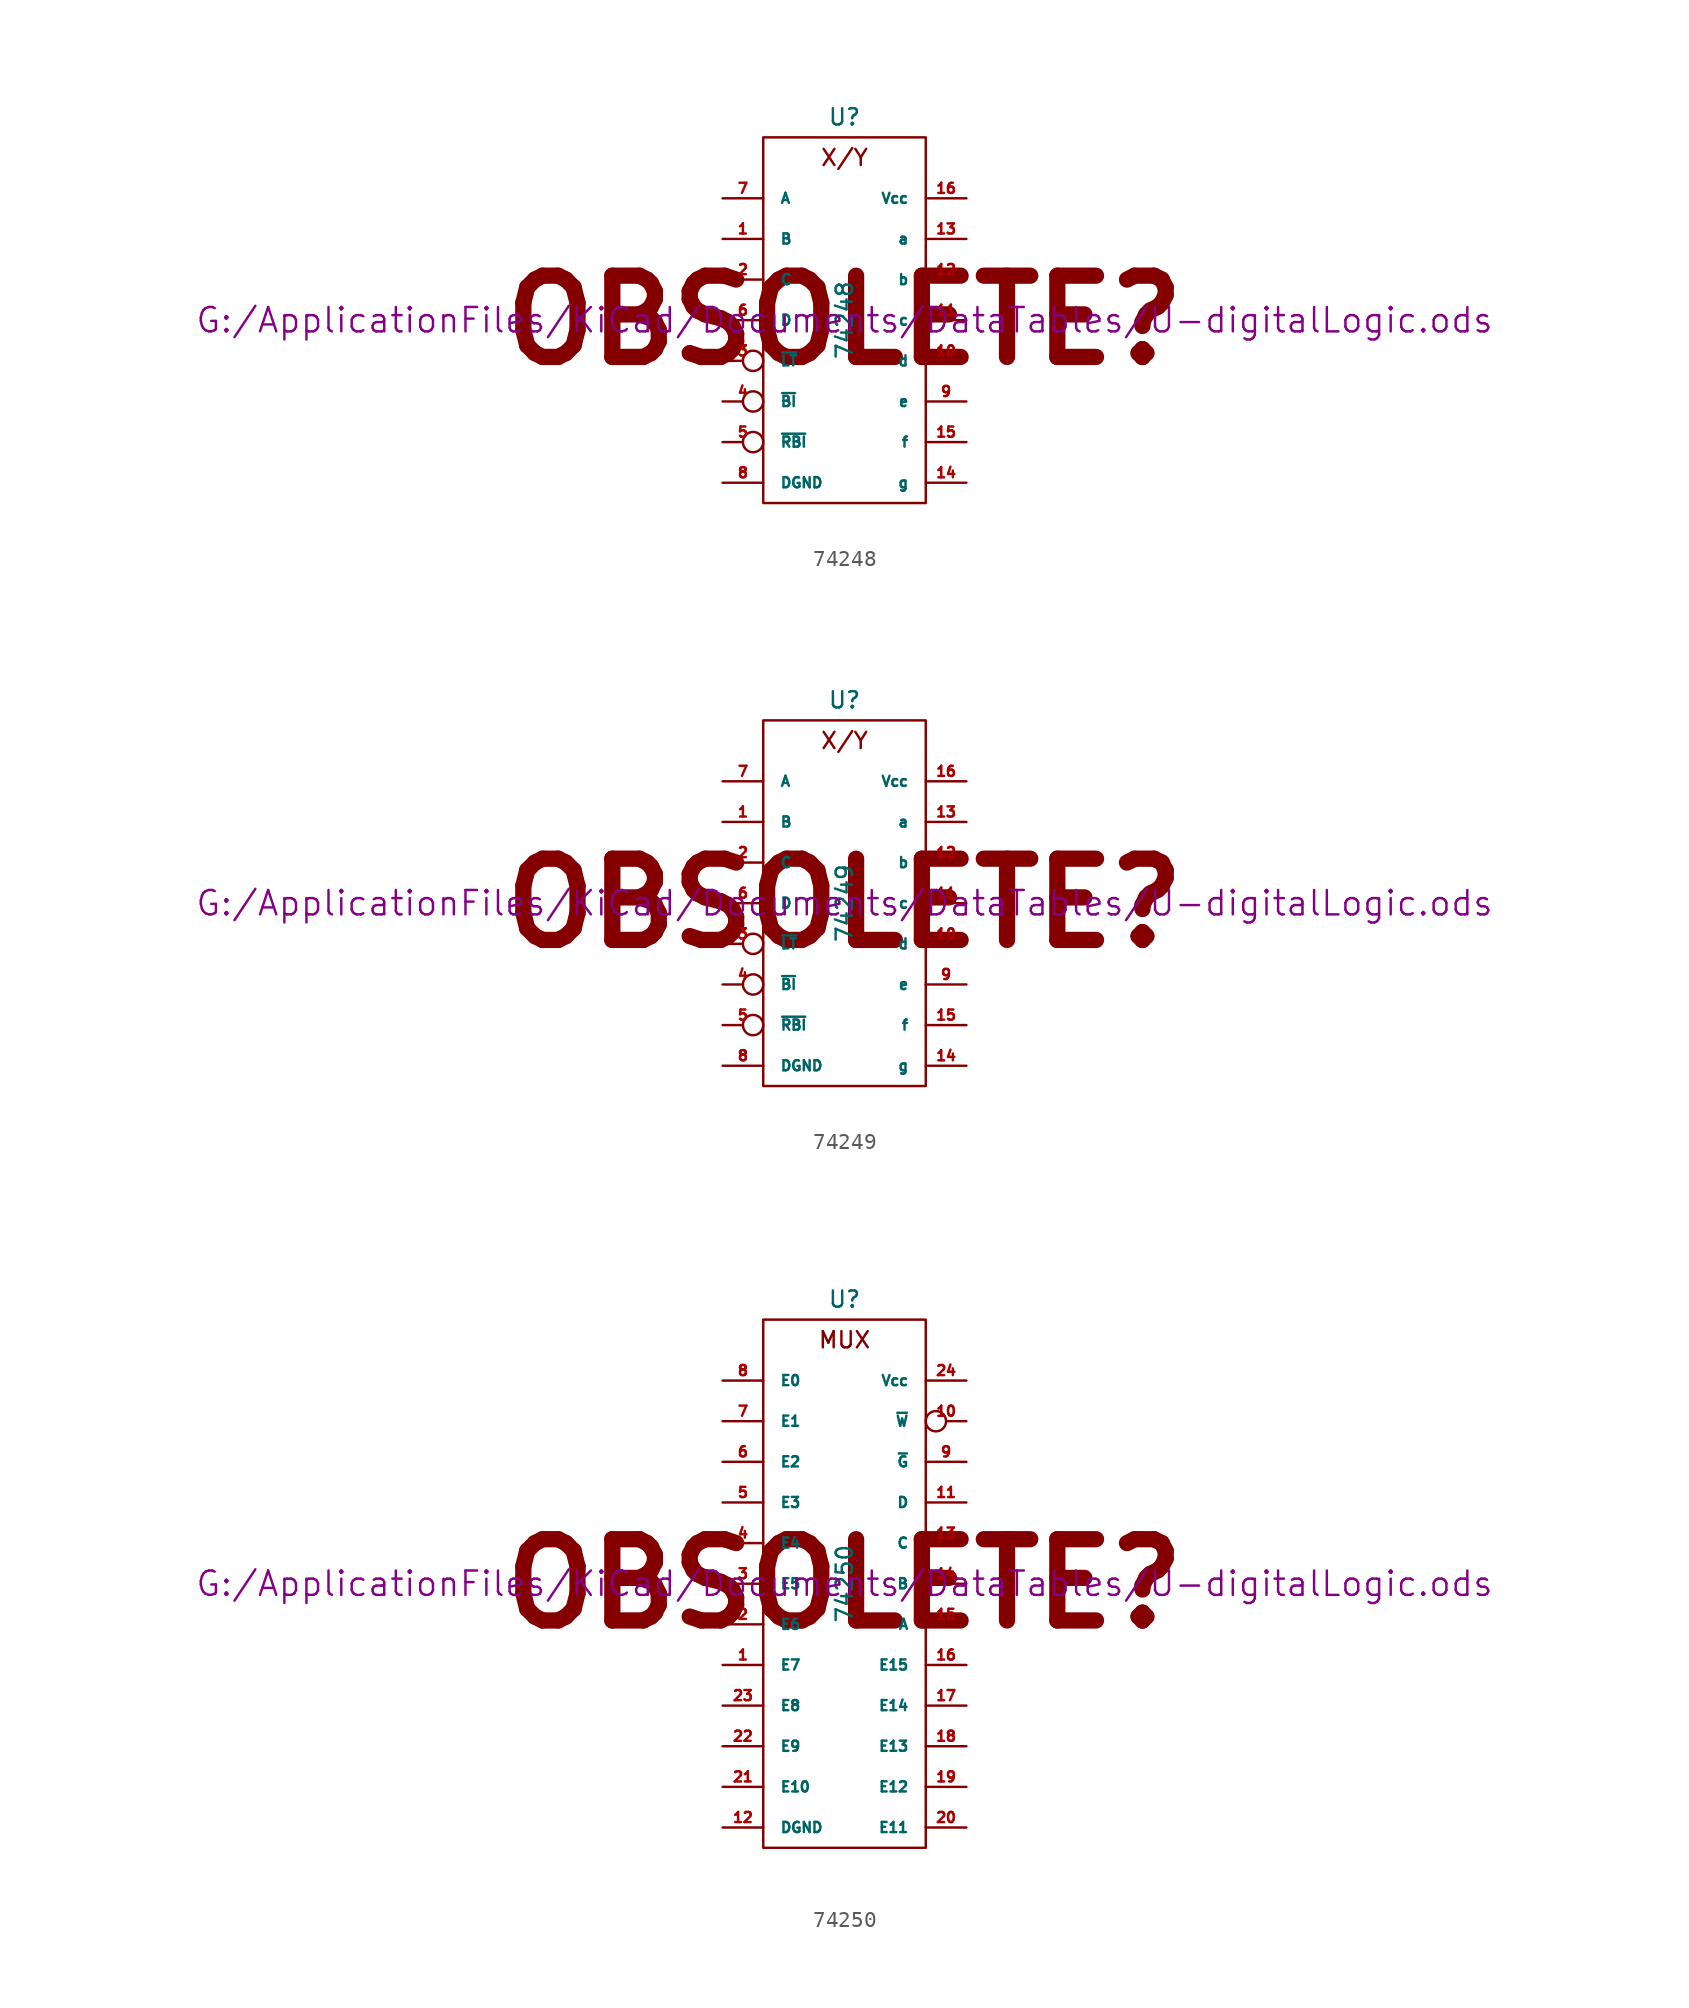
<source format=kicad_sym>
(kicad_symbol_lib
  (version 20211014)
  (generator kicad_symbol_editor)
  (symbol "74248"
    (pin_names
      (offset 1.016))
    (property "Reference" "U"
      (at 0 12.7 0)
      (effects (font (size 1.016 1.016))))
    (property "Value" "74248"
      (at 0 0 90)
      (effects (font (size 1.016 1.016))))
    (property "Footprint" ""
      (at 0 0 0)
      (effects (font (size 1.524 1.524))))
    (property "Datasheet" "G:/ApplicationFiles/KiCad/Documents/DataTables/U-digitalLogic.ods"
      (at 0 0 0)
      (effects (font (size 1.524 1.524))))
    (symbol "74248_0_0"
      (text "OBSOLETE?" (at 0 0 0) (effects (font (size 5.08 5.08) bold)))
      (text "X/Y" (at 0 10.16 0) (effects (font (size 1.016 1.016)))))
    (symbol "74248_0_1"
      (rectangle (start -5.08 11.43) (end 5.08 -11.43) (stroke (width 0) (type default) (color 0 0 0 0)) (fill (type none))))
    (symbol "74248_1_1"
      (pin input line (at -7.62 5.08 0) (length 2.54) (name "B" (effects (font (size 0.635 0.635)))) (number "1" (effects (font (size 0.635 0.635)))))
      (pin output line (at 7.62 -2.54 180) (length 2.54) (name "d" (effects (font (size 0.635 0.635)))) (number "10" (effects (font (size 0.635 0.635)))))
      (pin output line (at 7.62 0 180) (length 2.54) (name "c" (effects (font (size 0.635 0.635)))) (number "11" (effects (font (size 0.635 0.635)))))
      (pin output line (at 7.62 2.54 180) (length 2.54) (name "b" (effects (font (size 0.635 0.635)))) (number "12" (effects (font (size 0.635 0.635)))))
      (pin output line (at 7.62 5.08 180) (length 2.54) (name "a" (effects (font (size 0.635 0.635)))) (number "13" (effects (font (size 0.635 0.635)))))
      (pin output line (at 7.62 -10.16 180) (length 2.54) (name "g" (effects (font (size 0.635 0.635)))) (number "14" (effects (font (size 0.635 0.635)))))
      (pin output line (at 7.62 -7.62 180) (length 2.54) (name "f" (effects (font (size 0.635 0.635)))) (number "15" (effects (font (size 0.635 0.635)))))
      (pin power_in line (at 7.62 7.62 180) (length 2.54) (name "Vcc" (effects (font (size 0.635 0.635)))) (number "16" (effects (font (size 0.635 0.635)))))
      (pin input line (at -7.62 2.54 0) (length 2.54) (name "C" (effects (font (size 0.635 0.635)))) (number "2" (effects (font (size 0.635 0.635)))))
      (pin input inverted (at -7.62 -2.54 0) (length 2.54) (name "~{LT}" (effects (font (size 0.635 0.635)))) (number "3" (effects (font (size 0.635 0.635)))))
      (pin input inverted (at -7.62 -5.08 0) (length 2.54) (name "~{BI}" (effects (font (size 0.635 0.635)))) (number "4" (effects (font (size 0.635 0.635)))))
      (pin input inverted (at -7.62 -7.62 0) (length 2.54) (name "~{RBI}" (effects (font (size 0.635 0.635)))) (number "5" (effects (font (size 0.635 0.635)))))
      (pin input line (at -7.62 0 0) (length 2.54) (name "D" (effects (font (size 0.635 0.635)))) (number "6" (effects (font (size 0.635 0.635)))))
      (pin input line (at -7.62 7.62 0) (length 2.54) (name "A" (effects (font (size 0.635 0.635)))) (number "7" (effects (font (size 0.635 0.635)))))
      (pin power_in line (at -7.62 -10.16 0) (length 2.54) (name "DGND" (effects (font (size 0.635 0.635)))) (number "8" (effects (font (size 0.635 0.635)))))
      (pin output line (at 7.62 -5.08 180) (length 2.54) (name "e" (effects (font (size 0.635 0.635)))) (number "9" (effects (font (size 0.635 0.635)))))))
  (symbol "74249"
    (pin_names
      (offset 1.016))
    (property "Reference" "U"
      (at 0 12.7 0)
      (effects (font (size 1.016 1.016))))
    (property "Value" "74249"
      (at 0 0 90)
      (effects (font (size 1.016 1.016))))
    (property "Footprint" ""
      (at 0 0 0)
      (effects (font (size 1.524 1.524))))
    (property "Datasheet" "G:/ApplicationFiles/KiCad/Documents/DataTables/U-digitalLogic.ods"
      (at 0 0 0)
      (effects (font (size 1.524 1.524))))
    (symbol "74249_0_0"
      (text "OBSOLETE?" (at 0 0 0) (effects (font (size 5.08 5.08) bold)))
      (text "X/Y" (at 0 10.16 0) (effects (font (size 1.016 1.016)))))
    (symbol "74249_0_1"
      (rectangle (start -5.08 11.43) (end 5.08 -11.43) (stroke (width 0) (type default) (color 0 0 0 0)) (fill (type none))))
    (symbol "74249_1_1"
      (pin input line (at -7.62 5.08 0) (length 2.54) (name "B" (effects (font (size 0.635 0.635)))) (number "1" (effects (font (size 0.635 0.635)))))
      (pin open_collector line (at 7.62 -2.54 180) (length 2.54) (name "d" (effects (font (size 0.635 0.635)))) (number "10" (effects (font (size 0.635 0.635)))))
      (pin open_collector line (at 7.62 0 180) (length 2.54) (name "c" (effects (font (size 0.635 0.635)))) (number "11" (effects (font (size 0.635 0.635)))))
      (pin open_collector line (at 7.62 2.54 180) (length 2.54) (name "b" (effects (font (size 0.635 0.635)))) (number "12" (effects (font (size 0.635 0.635)))))
      (pin open_collector line (at 7.62 5.08 180) (length 2.54) (name "a" (effects (font (size 0.635 0.635)))) (number "13" (effects (font (size 0.635 0.635)))))
      (pin open_collector line (at 7.62 -10.16 180) (length 2.54) (name "g" (effects (font (size 0.635 0.635)))) (number "14" (effects (font (size 0.635 0.635)))))
      (pin open_collector line (at 7.62 -7.62 180) (length 2.54) (name "f" (effects (font (size 0.635 0.635)))) (number "15" (effects (font (size 0.635 0.635)))))
      (pin power_in line (at 7.62 7.62 180) (length 2.54) (name "Vcc" (effects (font (size 0.635 0.635)))) (number "16" (effects (font (size 0.635 0.635)))))
      (pin input line (at -7.62 2.54 0) (length 2.54) (name "C" (effects (font (size 0.635 0.635)))) (number "2" (effects (font (size 0.635 0.635)))))
      (pin input inverted (at -7.62 -2.54 0) (length 2.54) (name "~{LT}" (effects (font (size 0.635 0.635)))) (number "3" (effects (font (size 0.635 0.635)))))
      (pin input inverted (at -7.62 -5.08 0) (length 2.54) (name "~{BI}" (effects (font (size 0.635 0.635)))) (number "4" (effects (font (size 0.635 0.635)))))
      (pin input inverted (at -7.62 -7.62 0) (length 2.54) (name "~{RBI}" (effects (font (size 0.635 0.635)))) (number "5" (effects (font (size 0.635 0.635)))))
      (pin input line (at -7.62 0 0) (length 2.54) (name "D" (effects (font (size 0.635 0.635)))) (number "6" (effects (font (size 0.635 0.635)))))
      (pin input line (at -7.62 7.62 0) (length 2.54) (name "A" (effects (font (size 0.635 0.635)))) (number "7" (effects (font (size 0.635 0.635)))))
      (pin power_in line (at -7.62 -10.16 0) (length 2.54) (name "DGND" (effects (font (size 0.635 0.635)))) (number "8" (effects (font (size 0.635 0.635)))))
      (pin open_collector line (at 7.62 -5.08 180) (length 2.54) (name "e" (effects (font (size 0.635 0.635)))) (number "9" (effects (font (size 0.635 0.635)))))))
  (symbol "74250"
    (pin_names
      (offset 1.016))
    (property "Reference" "U"
      (at 0 17.78 0)
      (effects (font (size 1.016 1.016))))
    (property "Value" "74250"
      (at 0 0 90)
      (effects (font (size 1.016 1.016))))
    (property "Footprint" ""
      (at 0 0 0)
      (effects (font (size 1.524 1.524))))
    (property "Datasheet" "G:/ApplicationFiles/KiCad/Documents/DataTables/U-digitalLogic.ods"
      (at 0 0 0)
      (effects (font (size 1.524 1.524))))
    (symbol "74250_0_0"
      (text "MUX" (at 0 15.24 0) (effects (font (size 1.016 1.016))))
      (text "OBSOLETE?" (at 0 0 0) (effects (font (size 5.08 5.08) bold))))
    (symbol "74250_0_1"
      (rectangle (start -5.08 16.51) (end 5.08 -16.51) (stroke (width 0) (type default) (color 0 0 0 0)) (fill (type none))))
    (symbol "74250_1_1"
      (pin input line (at -7.62 -5.08 0) (length 2.54) (name "E7" (effects (font (size 0.635 0.635)))) (number "1" (effects (font (size 0.635 0.635)))))
      (pin tri_state inverted (at 7.62 10.16 180) (length 2.54) (name "~{W}" (effects (font (size 0.635 0.635)))) (number "10" (effects (font (size 0.635 0.635)))))
      (pin input line (at 7.62 5.08 180) (length 2.54) (name "D" (effects (font (size 0.635 0.635)))) (number "11" (effects (font (size 0.635 0.635)))))
      (pin power_in line (at -7.62 -15.24 0) (length 2.54) (name "DGND" (effects (font (size 0.635 0.635)))) (number "12" (effects (font (size 0.635 0.635)))))
      (pin input line (at 7.62 2.54 180) (length 2.54) (name "C" (effects (font (size 0.635 0.635)))) (number "13" (effects (font (size 0.635 0.635)))))
      (pin input line (at 7.62 0 180) (length 2.54) (name "B" (effects (font (size 0.635 0.635)))) (number "14" (effects (font (size 0.635 0.635)))))
      (pin input line (at 7.62 -2.54 180) (length 2.54) (name "A" (effects (font (size 0.635 0.635)))) (number "15" (effects (font (size 0.635 0.635)))))
      (pin input line (at 7.62 -5.08 180) (length 2.54) (name "E15" (effects (font (size 0.635 0.635)))) (number "16" (effects (font (size 0.635 0.635)))))
      (pin input line (at 7.62 -7.62 180) (length 2.54) (name "E14" (effects (font (size 0.635 0.635)))) (number "17" (effects (font (size 0.635 0.635)))))
      (pin input line (at 7.62 -10.16 180) (length 2.54) (name "E13" (effects (font (size 0.635 0.635)))) (number "18" (effects (font (size 0.635 0.635)))))
      (pin input line (at 7.62 -12.7 180) (length 2.54) (name "E12" (effects (font (size 0.635 0.635)))) (number "19" (effects (font (size 0.635 0.635)))))
      (pin input line (at -7.62 -2.54 0) (length 2.54) (name "E6" (effects (font (size 0.635 0.635)))) (number "2" (effects (font (size 0.635 0.635)))))
      (pin input line (at 7.62 -15.24 180) (length 2.54) (name "E11" (effects (font (size 0.635 0.635)))) (number "20" (effects (font (size 0.635 0.635)))))
      (pin input line (at -7.62 -12.7 0) (length 2.54) (name "E10" (effects (font (size 0.635 0.635)))) (number "21" (effects (font (size 0.635 0.635)))))
      (pin input line (at -7.62 -10.16 0) (length 2.54) (name "E9" (effects (font (size 0.635 0.635)))) (number "22" (effects (font (size 0.635 0.635)))))
      (pin input line (at -7.62 -7.62 0) (length 2.54) (name "E8" (effects (font (size 0.635 0.635)))) (number "23" (effects (font (size 0.635 0.635)))))
      (pin power_in line (at 7.62 12.7 180) (length 2.54) (name "Vcc" (effects (font (size 0.635 0.635)))) (number "24" (effects (font (size 0.635 0.635)))))
      (pin input line (at -7.62 0 0) (length 2.54) (name "E5" (effects (font (size 0.635 0.635)))) (number "3" (effects (font (size 0.635 0.635)))))
      (pin input line (at -7.62 2.54 0) (length 2.54) (name "E4" (effects (font (size 0.635 0.635)))) (number "4" (effects (font (size 0.635 0.635)))))
      (pin input line (at -7.62 5.08 0) (length 2.54) (name "E3" (effects (font (size 0.635 0.635)))) (number "5" (effects (font (size 0.635 0.635)))))
      (pin input line (at -7.62 7.62 0) (length 2.54) (name "E2" (effects (font (size 0.635 0.635)))) (number "6" (effects (font (size 0.635 0.635)))))
      (pin input line (at -7.62 10.16 0) (length 2.54) (name "E1" (effects (font (size 0.635 0.635)))) (number "7" (effects (font (size 0.635 0.635)))))
      (pin input line (at -7.62 12.7 0) (length 2.54) (name "E0" (effects (font (size 0.635 0.635)))) (number "8" (effects (font (size 0.635 0.635)))))
      (pin input line (at 7.62 7.62 180) (length 2.54) (name "~{G}" (effects (font (size 0.635 0.635)))) (number "9" (effects (font (size 0.635 0.635))))))))
</source>
